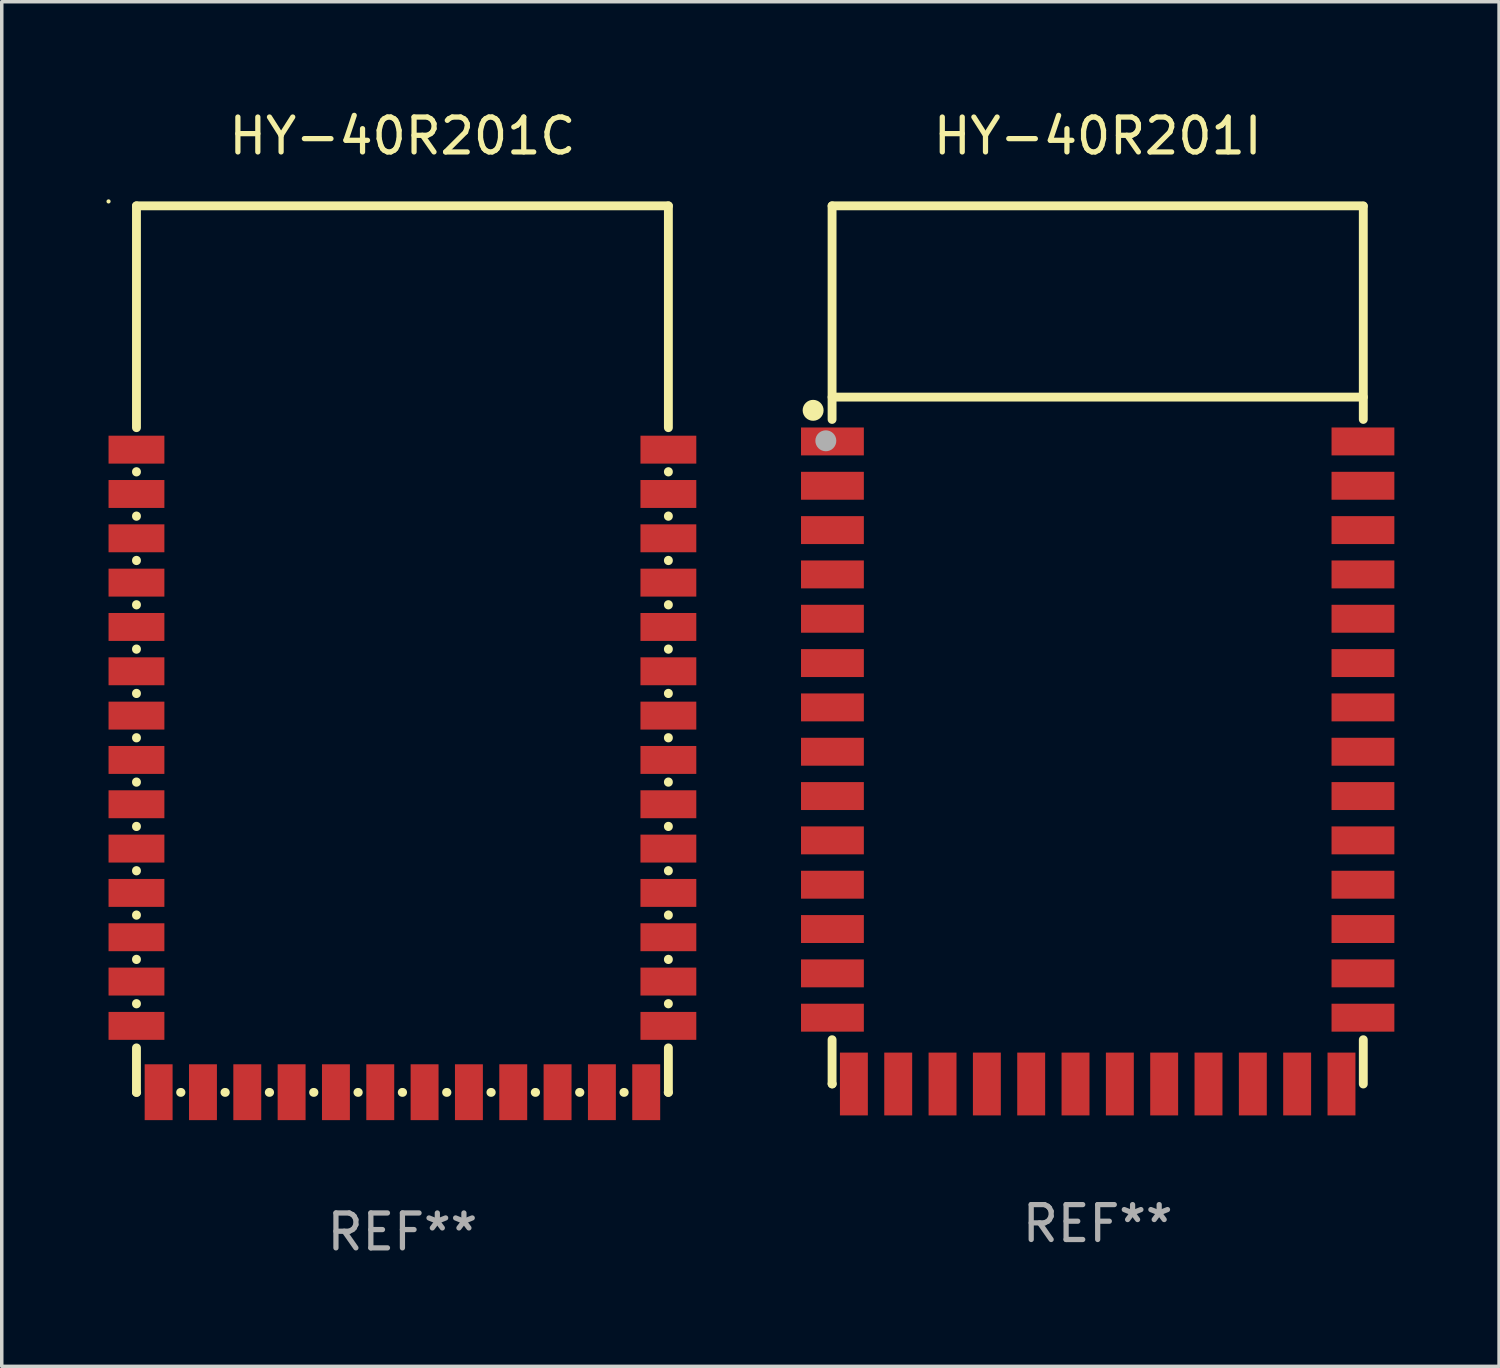
<source format=kicad_pcb>
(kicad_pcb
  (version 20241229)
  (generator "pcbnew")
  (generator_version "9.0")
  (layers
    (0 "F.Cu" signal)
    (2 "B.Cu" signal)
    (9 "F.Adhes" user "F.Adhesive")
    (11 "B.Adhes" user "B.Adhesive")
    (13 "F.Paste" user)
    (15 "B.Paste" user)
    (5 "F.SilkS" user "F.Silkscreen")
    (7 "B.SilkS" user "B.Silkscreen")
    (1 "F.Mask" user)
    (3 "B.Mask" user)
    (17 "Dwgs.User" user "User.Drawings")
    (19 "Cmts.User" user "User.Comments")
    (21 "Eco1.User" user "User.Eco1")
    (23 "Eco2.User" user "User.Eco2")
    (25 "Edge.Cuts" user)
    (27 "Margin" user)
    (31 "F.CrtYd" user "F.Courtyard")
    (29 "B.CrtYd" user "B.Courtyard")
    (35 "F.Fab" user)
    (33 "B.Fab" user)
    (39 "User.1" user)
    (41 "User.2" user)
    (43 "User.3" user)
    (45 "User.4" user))
  (footprint "HY-40R201C"
    (layer "F.Cu")
    (at 8.48 15.548)
    (property "Reference" "HY-40R201C" (at 0 -14.7 0) (layer "F.SilkS") (effects (font (size 1 1) (thickness 0.15))))
    (attr through_hole)
    (fp_line (start -7.62 -12.7) (end -7.62 -6.345) (stroke (width 0.254) (type solid)) (layer "F.SilkS"))
    (fp_line (start -7.62 -12.7) (end 7.62 -12.7) (stroke (width 0.254) (type solid)) (layer "F.SilkS"))
    (fp_line (start -7.62 -5.085) (end -7.62 -5.075) (stroke (width 0.254) (type solid)) (layer "F.SilkS"))
    (fp_line (start -7.62 -3.815) (end -7.62 -3.805) (stroke (width 0.254) (type solid)) (layer "F.SilkS"))
    (fp_line (start -7.62 -2.545) (end -7.62 -2.535) (stroke (width 0.254) (type solid)) (layer "F.SilkS"))
    (fp_line (start -7.62 -1.275) (end -7.62 -1.265) (stroke (width 0.254) (type solid)) (layer "F.SilkS"))
    (fp_line (start -7.62 -0.005) (end -7.62 0.005) (stroke (width 0.254) (type solid)) (layer "F.SilkS"))
    (fp_line (start -7.62 1.265) (end -7.62 1.275) (stroke (width 0.254) (type solid)) (layer "F.SilkS"))
    (fp_line (start -7.62 2.535) (end -7.62 2.545) (stroke (width 0.254) (type solid)) (layer "F.SilkS"))
    (fp_line (start -7.62 3.805) (end -7.62 3.815) (stroke (width 0.254) (type solid)) (layer "F.SilkS"))
    (fp_line (start -7.62 5.075) (end -7.62 5.085) (stroke (width 0.254) (type solid)) (layer "F.SilkS"))
    (fp_line (start -7.62 6.345) (end -7.62 6.355) (stroke (width 0.254) (type solid)) (layer "F.SilkS"))
    (fp_line (start -7.62 7.615) (end -7.62 7.625) (stroke (width 0.254) (type solid)) (layer "F.SilkS"))
    (fp_line (start -7.62 8.885) (end -7.62 8.895) (stroke (width 0.254) (type solid)) (layer "F.SilkS"))
    (fp_line (start -7.62 10.155) (end -7.62 10.165) (stroke (width 0.254) (type solid)) (layer "F.SilkS"))
    (fp_line (start -7.62 11.425) (end -7.62 12.7) (stroke (width 0.254) (type solid)) (layer "F.SilkS"))
    (fp_line (start -7.62 12.7) (end -7.615 12.7) (stroke (width 0.254) (type solid)) (layer "F.SilkS"))
    (fp_line (start -6.355 12.7) (end -6.345 12.7) (stroke (width 0.254) (type solid)) (layer "F.SilkS"))
    (fp_line (start -5.085 12.7) (end -5.075 12.7) (stroke (width 0.254) (type solid)) (layer "F.SilkS"))
    (fp_line (start -3.815 12.7) (end -3.805 12.7) (stroke (width 0.254) (type solid)) (layer "F.SilkS"))
    (fp_line (start -2.545 12.7) (end -2.535 12.7) (stroke (width 0.254) (type solid)) (layer "F.SilkS"))
    (fp_line (start -1.275 12.7) (end -1.265 12.7) (stroke (width 0.254) (type solid)) (layer "F.SilkS"))
    (fp_line (start -0.005 12.7) (end 0.005 12.7) (stroke (width 0.254) (type solid)) (layer "F.SilkS"))
    (fp_line (start 1.265 12.7) (end 1.275 12.7) (stroke (width 0.254) (type solid)) (layer "F.SilkS"))
    (fp_line (start 2.535 12.7) (end 2.545 12.7) (stroke (width 0.254) (type solid)) (layer "F.SilkS"))
    (fp_line (start 3.805 12.7) (end 3.815 12.7) (stroke (width 0.254) (type solid)) (layer "F.SilkS"))
    (fp_line (start 5.075 12.7) (end 5.085 12.7) (stroke (width 0.254) (type solid)) (layer "F.SilkS"))
    (fp_line (start 6.345 12.7) (end 6.355 12.7) (stroke (width 0.254) (type solid)) (layer "F.SilkS"))
    (fp_line (start 7.615 12.7) (end 7.62 12.7) (stroke (width 0.254) (type solid)) (layer "F.SilkS"))
    (fp_line (start 7.62 -12.7) (end 7.62 -6.345) (stroke (width 0.254) (type solid)) (layer "F.SilkS"))
    (fp_line (start 7.62 -5.085) (end 7.62 -5.075) (stroke (width 0.254) (type solid)) (layer "F.SilkS"))
    (fp_line (start 7.62 -3.815) (end 7.62 -3.805) (stroke (width 0.254) (type solid)) (layer "F.SilkS"))
    (fp_line (start 7.62 -2.545) (end 7.62 -2.535) (stroke (width 0.254) (type solid)) (layer "F.SilkS"))
    (fp_line (start 7.62 -1.275) (end 7.62 -1.265) (stroke (width 0.254) (type solid)) (layer "F.SilkS"))
    (fp_line (start 7.62 -0.005) (end 7.62 0.005) (stroke (width 0.254) (type solid)) (layer "F.SilkS"))
    (fp_line (start 7.62 1.265) (end 7.62 1.275) (stroke (width 0.254) (type solid)) (layer "F.SilkS"))
    (fp_line (start 7.62 2.535) (end 7.62 2.545) (stroke (width 0.254) (type solid)) (layer "F.SilkS"))
    (fp_line (start 7.62 3.805) (end 7.62 3.815) (stroke (width 0.254) (type solid)) (layer "F.SilkS"))
    (fp_line (start 7.62 5.075) (end 7.62 5.085) (stroke (width 0.254) (type solid)) (layer "F.SilkS"))
    (fp_line (start 7.62 6.345) (end 7.62 6.355) (stroke (width 0.254) (type solid)) (layer "F.SilkS"))
    (fp_line (start 7.62 7.615) (end 7.62 7.625) (stroke (width 0.254) (type solid)) (layer "F.SilkS"))
    (fp_line (start 7.62 8.885) (end 7.62 8.895) (stroke (width 0.254) (type solid)) (layer "F.SilkS"))
    (fp_line (start 7.62 10.155) (end 7.62 10.165) (stroke (width 0.254) (type solid)) (layer "F.SilkS"))
    (fp_line (start 7.62 11.425) (end 7.62 12.7) (stroke (width 0.254) (type solid)) (layer "F.SilkS"))
    (fp_circle (center -8.42 -12.827) (end -8.39 -12.827) (stroke (width 0.06) (type solid)) (fill no) (layer "F.SilkS"))
    (fp_text user "REF**" (at 0 16.7 0) (layer "F.Fab") (effects (font (size 1 1) (thickness 0.15))))
    (pad "1" smd rect (at -7.62 -5.715 180) (size 1.6 0.8) (layers "F.Cu" "F.Mask" "F.Paste"))
    (pad "2" smd rect (at -7.62 -4.445 180) (size 1.6 0.8) (layers "F.Cu" "F.Mask" "F.Paste"))
    (pad "3" smd rect (at -7.62 -3.175 180) (size 1.6 0.8) (layers "F.Cu" "F.Mask" "F.Paste"))
    (pad "4" smd rect (at -7.62 -1.905 180) (size 1.6 0.8) (layers "F.Cu" "F.Mask" "F.Paste"))
    (pad "5" smd rect (at -7.62 -0.635 180) (size 1.6 0.8) (layers "F.Cu" "F.Mask" "F.Paste"))
    (pad "6" smd rect (at -7.62 0.635 180) (size 1.6 0.8) (layers "F.Cu" "F.Mask" "F.Paste"))
    (pad "7" smd rect (at -7.62 1.905 180) (size 1.6 0.8) (layers "F.Cu" "F.Mask" "F.Paste"))
    (pad "8" smd rect (at -7.62 3.175 180) (size 1.6 0.8) (layers "F.Cu" "F.Mask" "F.Paste"))
    (pad "9" smd rect (at -7.62 4.445 180) (size 1.6 0.8) (layers "F.Cu" "F.Mask" "F.Paste"))
    (pad "10" smd rect (at -7.62 5.715 180) (size 1.6 0.8) (layers "F.Cu" "F.Mask" "F.Paste"))
    (pad "11" smd rect (at -7.62 6.985 180) (size 1.6 0.8) (layers "F.Cu" "F.Mask" "F.Paste"))
    (pad "12" smd rect (at -7.62 8.255 180) (size 1.6 0.8) (layers "F.Cu" "F.Mask" "F.Paste"))
    (pad "13" smd rect (at -7.62 9.525 180) (size 1.6 0.8) (layers "F.Cu" "F.Mask" "F.Paste"))
    (pad "14" smd rect (at -7.62 10.795 180) (size 1.6 0.8) (layers "F.Cu" "F.Mask" "F.Paste"))
    (pad "15" smd rect (at -6.985 12.695 90) (size 1.6 0.8) (layers "F.Cu" "F.Mask" "F.Paste"))
    (pad "16" smd rect (at -5.715 12.695 90) (size 1.6 0.8) (layers "F.Cu" "F.Mask" "F.Paste"))
    (pad "17" smd rect (at -4.445 12.695 90) (size 1.6 0.8) (layers "F.Cu" "F.Mask" "F.Paste"))
    (pad "18" smd rect (at -3.175 12.695 90) (size 1.6 0.8) (layers "F.Cu" "F.Mask" "F.Paste"))
    (pad "19" smd rect (at -1.905 12.695 90) (size 1.6 0.8) (layers "F.Cu" "F.Mask" "F.Paste"))
    (pad "20" smd rect (at -0.635 12.695 90) (size 1.6 0.8) (layers "F.Cu" "F.Mask" "F.Paste"))
    (pad "21" smd rect (at 0.635 12.695 90) (size 1.6 0.8) (layers "F.Cu" "F.Mask" "F.Paste"))
    (pad "22" smd rect (at 1.905 12.695 90) (size 1.6 0.8) (layers "F.Cu" "F.Mask" "F.Paste"))
    (pad "23" smd rect (at 3.175 12.695 90) (size 1.6 0.8) (layers "F.Cu" "F.Mask" "F.Paste"))
    (pad "24" smd rect (at 4.445 12.695 90) (size 1.6 0.8) (layers "F.Cu" "F.Mask" "F.Paste"))
    (pad "25" smd rect (at 5.715 12.695 90) (size 1.6 0.8) (layers "F.Cu" "F.Mask" "F.Paste"))
    (pad "26" smd rect (at 6.985 12.695 90) (size 1.6 0.8) (layers "F.Cu" "F.Mask" "F.Paste"))
    (pad "27" smd rect (at 7.62 10.795 180) (size 1.6 0.8) (layers "F.Cu" "F.Mask" "F.Paste"))
    (pad "28" smd rect (at 7.62 9.525 180) (size 1.6 0.8) (layers "F.Cu" "F.Mask" "F.Paste"))
    (pad "29" smd rect (at 7.62 8.255 180) (size 1.6 0.8) (layers "F.Cu" "F.Mask" "F.Paste"))
    (pad "30" smd rect (at 7.62 6.985 180) (size 1.6 0.8) (layers "F.Cu" "F.Mask" "F.Paste"))
    (pad "31" smd rect (at 7.62 5.715 180) (size 1.6 0.8) (layers "F.Cu" "F.Mask" "F.Paste"))
    (pad "32" smd rect (at 7.62 4.445 180) (size 1.6 0.8) (layers "F.Cu" "F.Mask" "F.Paste"))
    (pad "33" smd rect (at 7.62 3.175 180) (size 1.6 0.8) (layers "F.Cu" "F.Mask" "F.Paste"))
    (pad "34" smd rect (at 7.62 1.905 180) (size 1.6 0.8) (layers "F.Cu" "F.Mask" "F.Paste"))
    (pad "35" smd rect (at 7.62 0.635 180) (size 1.6 0.8) (layers "F.Cu" "F.Mask" "F.Paste"))
    (pad "36" smd rect (at 7.62 -0.635 180) (size 1.6 0.8) (layers "F.Cu" "F.Mask" "F.Paste"))
    (pad "37" smd rect (at 7.62 -1.905 180) (size 1.6 0.8) (layers "F.Cu" "F.Mask" "F.Paste"))
    (pad "38" smd rect (at 7.62 -3.175 180) (size 1.6 0.8) (layers "F.Cu" "F.Mask" "F.Paste"))
    (pad "39" smd rect (at 7.62 -4.445 180) (size 1.6 0.8) (layers "F.Cu" "F.Mask" "F.Paste"))
    (pad "40" smd rect (at 7.62 -5.715 180) (size 1.6 0.8) (layers "F.Cu" "F.Mask" "F.Paste")))
  (footprint "HY-40R201I"
    (layer "F.Cu")
    (at 28.4 15.428)
    (property "Reference" "HY-40R201I" (at 0 -14.58 0) (layer "F.SilkS") (effects (font (size 1 1) (thickness 0.15))))
    (attr through_hole)
    (fp_line (start -7.61 -12.58) (end -7.61 -6.461) (stroke (width 0.254) (type solid)) (layer "F.SilkS"))
    (fp_line (start -7.61 -7.1) (end 7.61 -7.1) (stroke (width 0.254) (type solid)) (layer "F.SilkS"))
    (fp_line (start -7.61 11.311) (end -7.61 12.575) (stroke (width 0.254) (type solid)) (layer "F.SilkS"))
    (fp_line (start -7.61 12.575) (end -7.605 12.58) (stroke (width 0.254) (type solid)) (layer "F.SilkS"))
    (fp_line (start 7.61 -12.58) (end -7.61 -12.58) (stroke (width 0.254) (type solid)) (layer "F.SilkS"))
    (fp_line (start 7.61 -6.461) (end 7.61 -12.57) (stroke (width 0.254) (type solid)) (layer "F.SilkS"))
    (fp_line (start 7.61 12.58) (end 7.61 11.311) (stroke (width 0.254) (type solid)) (layer "F.SilkS"))
    (fp_circle (center -8.153 -6.722) (end -8.003 -6.722) (stroke (width 0.3) (type solid)) (fill no) (layer "F.SilkS"))
    (fp_circle (center -7.61 -12.58) (end -7.58 -12.58) (stroke (width 0.06) (type solid)) (fill no) (layer "F.SilkS"))
    (fp_circle (center -7.789 -5.849) (end -7.639 -5.849) (stroke (width 0.3) (type solid)) (fill no) (layer "F.Fab"))
    (fp_text user "REF**" (at 0 16.58 0) (layer "F.Fab") (effects (font (size 1 1) (thickness 0.15))))
    (pad "1" smd rect (at -7.6 -5.83 180) (size 1.8 0.8) (layers "F.Cu" "F.Mask" "F.Paste"))
    (pad "2" smd rect (at -7.6 -4.56 180) (size 1.8 0.8) (layers "F.Cu" "F.Mask" "F.Paste"))
    (pad "3" smd rect (at -7.6 -3.29 180) (size 1.8 0.8) (layers "F.Cu" "F.Mask" "F.Paste"))
    (pad "4" smd rect (at -7.6 -2.02 180) (size 1.8 0.8) (layers "F.Cu" "F.Mask" "F.Paste"))
    (pad "5" smd rect (at -7.6 -0.75 180) (size 1.8 0.8) (layers "F.Cu" "F.Mask" "F.Paste"))
    (pad "6" smd rect (at -7.6 0.52 180) (size 1.8 0.8) (layers "F.Cu" "F.Mask" "F.Paste"))
    (pad "7" smd rect (at -7.6 1.79 180) (size 1.8 0.8) (layers "F.Cu" "F.Mask" "F.Paste"))
    (pad "8" smd rect (at -7.6 3.06 180) (size 1.8 0.8) (layers "F.Cu" "F.Mask" "F.Paste"))
    (pad "9" smd rect (at -7.6 4.33 180) (size 1.8 0.8) (layers "F.Cu" "F.Mask" "F.Paste"))
    (pad "10" smd rect (at -7.6 5.6 180) (size 1.8 0.8) (layers "F.Cu" "F.Mask" "F.Paste"))
    (pad "11" smd rect (at -7.6 6.87 180) (size 1.8 0.8) (layers "F.Cu" "F.Mask" "F.Paste"))
    (pad "12" smd rect (at -7.6 8.14 180) (size 1.8 0.8) (layers "F.Cu" "F.Mask" "F.Paste"))
    (pad "13" smd rect (at -7.6 9.41 180) (size 1.8 0.8) (layers "F.Cu" "F.Mask" "F.Paste"))
    (pad "14" smd rect (at -7.6 10.68 180) (size 1.8 0.8) (layers "F.Cu" "F.Mask" "F.Paste"))
    (pad "15" smd rect (at -6.985 12.58 90) (size 1.8 0.8) (layers "F.Cu" "F.Mask" "F.Paste"))
    (pad "16" smd rect (at -5.715 12.58 90) (size 1.8 0.8) (layers "F.Cu" "F.Mask" "F.Paste"))
    (pad "17" smd rect (at -4.445 12.58 90) (size 1.8 0.8) (layers "F.Cu" "F.Mask" "F.Paste"))
    (pad "18" smd rect (at -3.175 12.58 90) (size 1.8 0.8) (layers "F.Cu" "F.Mask" "F.Paste"))
    (pad "19" smd rect (at -1.905 12.58 90) (size 1.8 0.8) (layers "F.Cu" "F.Mask" "F.Paste"))
    (pad "20" smd rect (at -0.635 12.58 90) (size 1.8 0.8) (layers "F.Cu" "F.Mask" "F.Paste"))
    (pad "21" smd rect (at 0.635 12.58 90) (size 1.8 0.8) (layers "F.Cu" "F.Mask" "F.Paste"))
    (pad "22" smd rect (at 1.905 12.58 90) (size 1.8 0.8) (layers "F.Cu" "F.Mask" "F.Paste"))
    (pad "23" smd rect (at 3.175 12.58 90) (size 1.8 0.8) (layers "F.Cu" "F.Mask" "F.Paste"))
    (pad "24" smd rect (at 4.445 12.58 90) (size 1.8 0.8) (layers "F.Cu" "F.Mask" "F.Paste"))
    (pad "25" smd rect (at 5.715 12.58 90) (size 1.8 0.8) (layers "F.Cu" "F.Mask" "F.Paste"))
    (pad "26" smd rect (at 6.985 12.58 90) (size 1.8 0.8) (layers "F.Cu" "F.Mask" "F.Paste"))
    (pad "27" smd rect (at 7.6 10.68 180) (size 1.8 0.8) (layers "F.Cu" "F.Mask" "F.Paste"))
    (pad "28" smd rect (at 7.6 9.41 180) (size 1.8 0.8) (layers "F.Cu" "F.Mask" "F.Paste"))
    (pad "29" smd rect (at 7.6 8.14 180) (size 1.8 0.8) (layers "F.Cu" "F.Mask" "F.Paste"))
    (pad "30" smd rect (at 7.6 6.87 180) (size 1.8 0.8) (layers "F.Cu" "F.Mask" "F.Paste"))
    (pad "31" smd rect (at 7.6 5.6 180) (size 1.8 0.8) (layers "F.Cu" "F.Mask" "F.Paste"))
    (pad "32" smd rect (at 7.6 4.33 180) (size 1.8 0.8) (layers "F.Cu" "F.Mask" "F.Paste"))
    (pad "33" smd rect (at 7.6 3.06 180) (size 1.8 0.8) (layers "F.Cu" "F.Mask" "F.Paste"))
    (pad "34" smd rect (at 7.6 1.79 180) (size 1.8 0.8) (layers "F.Cu" "F.Mask" "F.Paste"))
    (pad "35" smd rect (at 7.6 0.52 180) (size 1.8 0.8) (layers "F.Cu" "F.Mask" "F.Paste"))
    (pad "36" smd rect (at 7.6 -0.75 180) (size 1.8 0.8) (layers "F.Cu" "F.Mask" "F.Paste"))
    (pad "37" smd rect (at 7.6 -2.02 180) (size 1.8 0.8) (layers "F.Cu" "F.Mask" "F.Paste"))
    (pad "38" smd rect (at 7.6 -3.29 180) (size 1.8 0.8) (layers "F.Cu" "F.Mask" "F.Paste"))
    (pad "39" smd rect (at 7.6 -4.56 180) (size 1.8 0.8) (layers "F.Cu" "F.Mask" "F.Paste"))
    (pad "40" smd rect (at 7.6 -5.83 180) (size 1.8 0.8) (layers "F.Cu" "F.Mask" "F.Paste")))
  (gr_rect
    (start -3 -3)
    (end 39.9 36.097)
    (stroke (width 0.1) (type default))
    (fill no)
    (layer "Edge.Cuts")))
</source>
